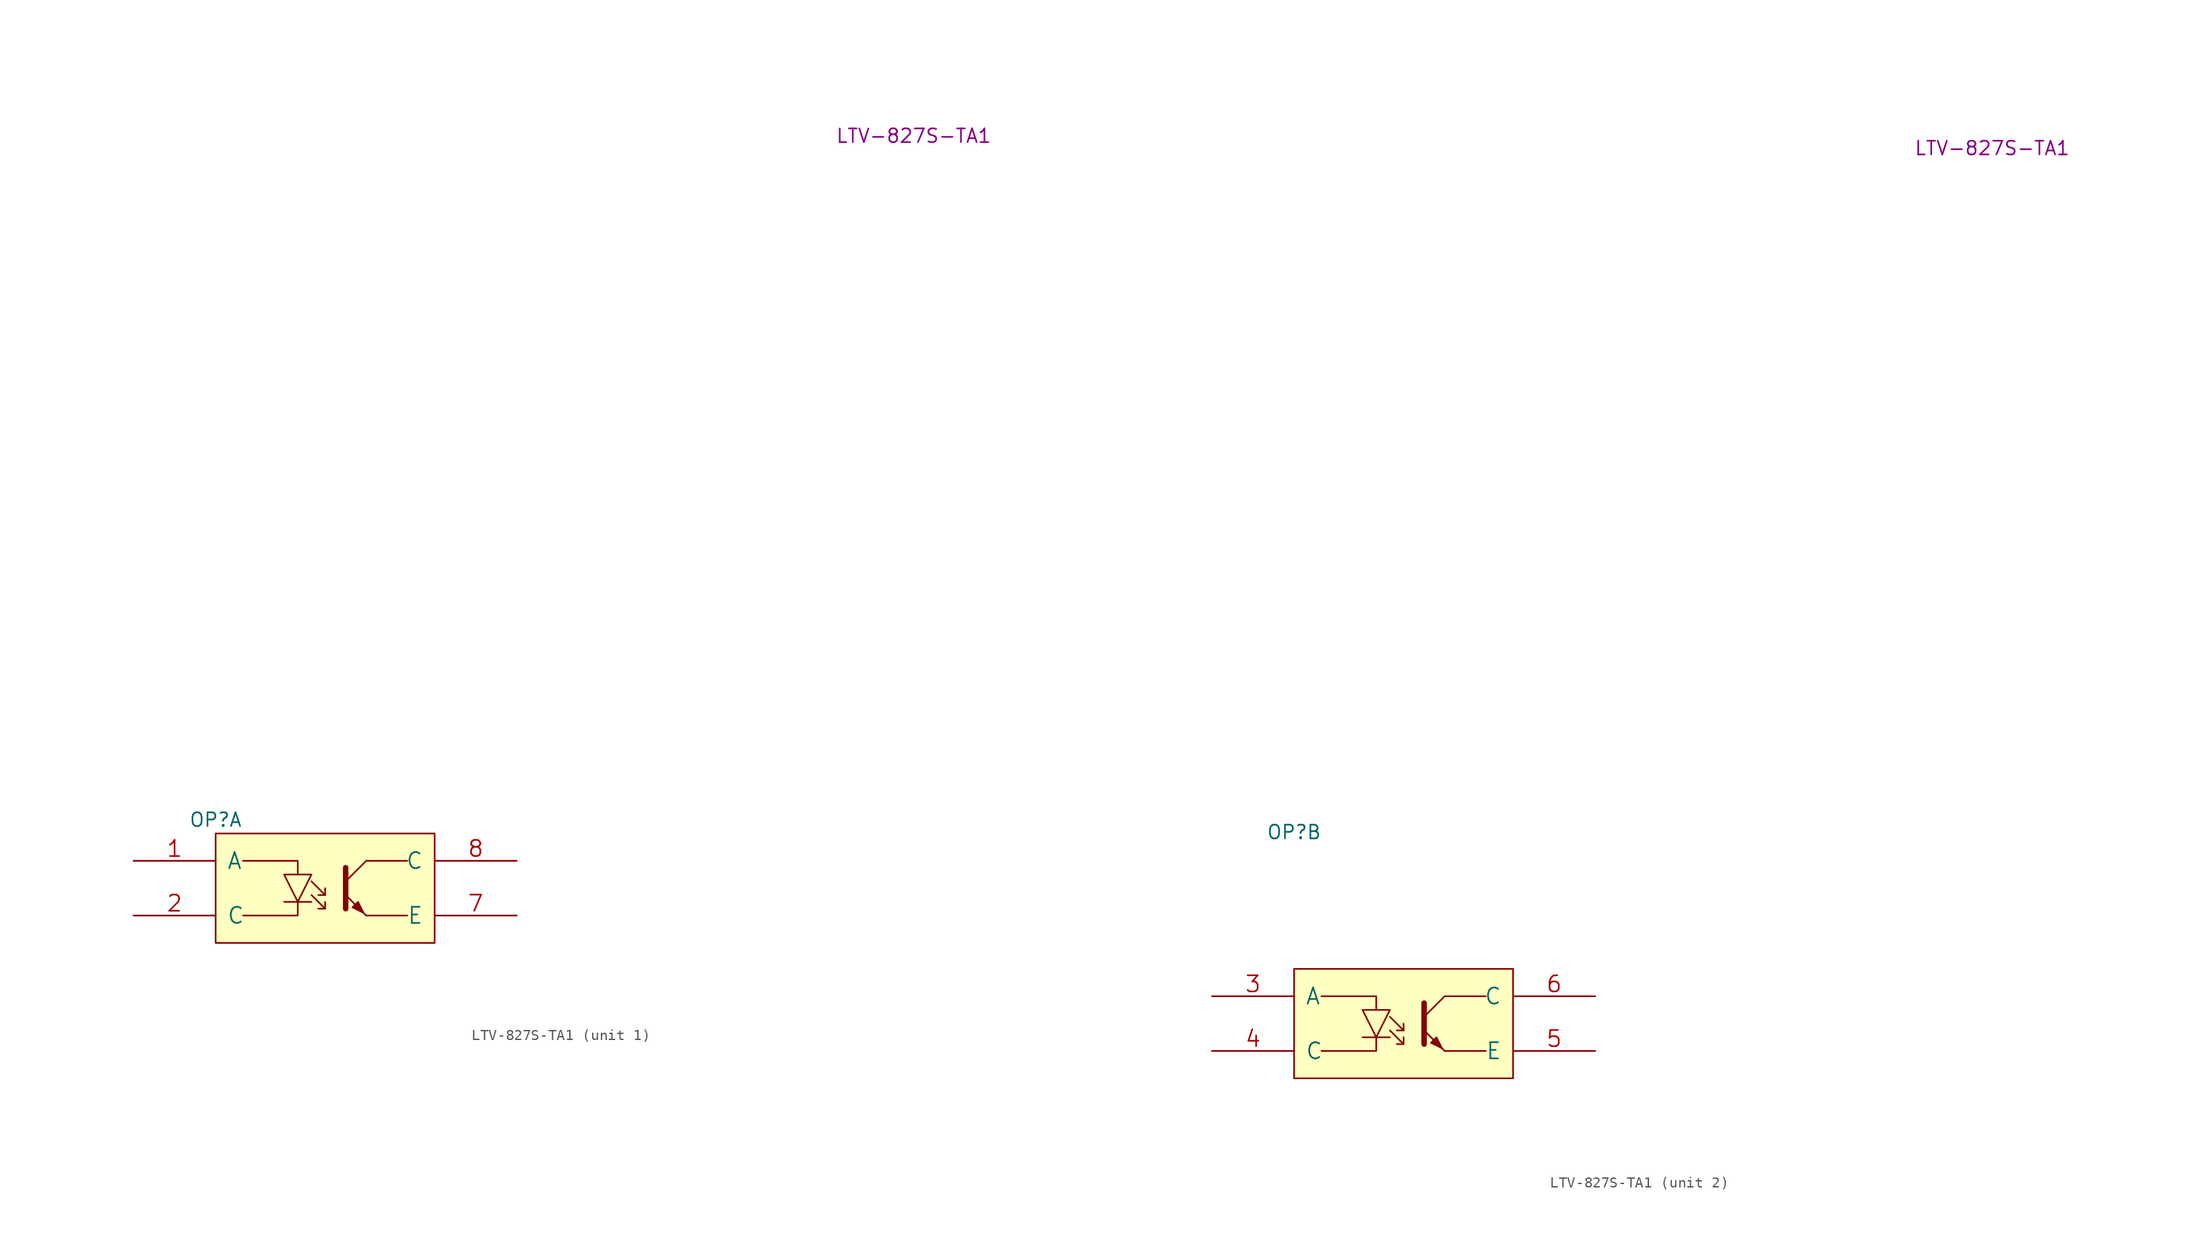
<source format=kicad_sym>
(kicad_symbol_lib
  (version 20211014)
  (generator kicad_symbol_editor)
  (symbol "LTV-827S-TA1"
    (pin_names
      (offset 1.016))
    (property "Reference" "OP"
      (at -6.35 0 0)
      (effects (font (size 1.27 1.27))))
    (property "_Value_" "LTV-827S-TA1"
      (at 58.42 63.5 0)
      (effects (font (size 1.27 1.27))))
    (property "ki_locked" ""
      (at 0 0 0)
      (effects (font (size 1.27 1.27))))
    (symbol "LTV-827S-TA1_1_1"
      (rectangle (start -6.35 -1.27) (end 13.97 -11.43) (stroke (width 0) (type default) (color 0 0 0 0)) (fill (type background)))
      (polyline (pts (xy 0 -7.62) (xy 2.54 -7.62)) (stroke (width 0) (type default) (color 0 0 0 0)) (fill (type none)))
      (polyline (pts (xy 2.54 -5.715) (xy 3.81 -6.985)) (stroke (width 0) (type default) (color 0 0 0 0)) (fill (type none)))
      (polyline (pts (xy 3.81 -8.255) (xy 3.175 -8.255)) (stroke (width 0) (type default) (color 0 0 0 0)) (fill (type none)))
      (polyline (pts (xy 3.81 -6.985) (xy 3.175 -6.985)) (stroke (width 0) (type default) (color 0 0 0 0)) (fill (type none)))
      (polyline (pts (xy 3.81 -6.985) (xy 3.81 -6.35)) (stroke (width 0) (type default) (color 0 0 0 0)) (fill (type none)))
      (polyline (pts (xy 5.715 -5.715) (xy 7.62 -3.81)) (stroke (width 0) (type default) (color 0 0 0 0)) (fill (type none)))
      (polyline (pts (xy 7.62 -8.89) (xy 11.43 -8.89)) (stroke (width 0) (type default) (color 0 0 0 0)) (fill (type none)))
      (polyline (pts (xy 7.62 -3.81) (xy 11.43 -3.81)) (stroke (width 0) (type default) (color 0 0 0 0)) (fill (type none)))
      (polyline (pts (xy 1.27 -7.62) (xy 1.27 -8.89) (xy -3.81 -8.89)) (stroke (width 0) (type default) (color 0 0 0 0)) (fill (type none)))
      (polyline (pts (xy 1.27 -5.08) (xy 1.27 -3.81) (xy -3.81 -3.81)) (stroke (width 0) (type default) (color 0 0 0 0)) (fill (type none)))
      (polyline (pts (xy 2.54 -6.985) (xy 3.81 -8.255) (xy 3.81 -7.62)) (stroke (width 0) (type default) (color 0 0 0 0)) (fill (type none)))
      (polyline (pts (xy 5.715 -6.985) (xy 7.62 -8.89) (xy 7.62 -8.89)) (stroke (width 0) (type default) (color 0 0 0 0)) (fill (type none)))
      (polyline (pts (xy 5.715 -4.445) (xy 5.715 -8.255) (xy 5.715 -8.255)) (stroke (width 0.508) (type default) (color 0 0 0 0)) (fill (type none)))
      (polyline (pts (xy 2.54 -5.08) (xy 0 -5.08) (xy 1.27 -7.62) (xy 2.54 -5.08)) (stroke (width 0) (type default) (color 0 0 0 0)) (fill (type none)))
      (polyline (pts (xy 6.35 -8.128) (xy 6.858 -7.62) (xy 7.366 -8.636) (xy 6.35 -8.128) (xy 6.35 -8.128)) (stroke (width 0) (type default) (color 0 0 0 0)) (fill (type outline)))
      (pin input line (at -13.97 -3.81 0) (length 7.62) (name "A" (effects (font (size 1.499 1.499)))) (number "1" (effects (font (size 1.499 1.499)))))
      (pin output line (at -13.97 -8.89 0) (length 7.62) (name "C" (effects (font (size 1.499 1.499)))) (number "2" (effects (font (size 1.499 1.499)))))
      (pin open_emitter line (at 21.59 -8.89 180) (length 7.62) (name "E" (effects (font (size 1.499 1.499)))) (number "7" (effects (font (size 1.499 1.499)))))
      (pin open_collector line (at 21.59 -3.81 180) (length 7.62) (name "C" (effects (font (size 1.499 1.499)))) (number "8" (effects (font (size 1.499 1.499))))))
    (symbol "LTV-827S-TA1_2_1"
      (rectangle (start -6.35 -12.7) (end 13.97 -22.86) (stroke (width 0) (type default) (color 0 0 0 0)) (fill (type background)))
      (polyline (pts (xy 0 -19.05) (xy 2.54 -19.05)) (stroke (width 0) (type default) (color 0 0 0 0)) (fill (type none)))
      (polyline (pts (xy 2.54 -17.145) (xy 3.81 -18.415)) (stroke (width 0) (type default) (color 0 0 0 0)) (fill (type none)))
      (polyline (pts (xy 3.81 -19.685) (xy 3.175 -19.685)) (stroke (width 0) (type default) (color 0 0 0 0)) (fill (type none)))
      (polyline (pts (xy 3.81 -18.415) (xy 3.175 -18.415)) (stroke (width 0) (type default) (color 0 0 0 0)) (fill (type none)))
      (polyline (pts (xy 3.81 -18.415) (xy 3.81 -17.78)) (stroke (width 0) (type default) (color 0 0 0 0)) (fill (type none)))
      (polyline (pts (xy 5.715 -17.145) (xy 7.62 -15.24)) (stroke (width 0) (type default) (color 0 0 0 0)) (fill (type none)))
      (polyline (pts (xy 7.62 -20.32) (xy 11.43 -20.32)) (stroke (width 0) (type default) (color 0 0 0 0)) (fill (type none)))
      (polyline (pts (xy 7.62 -15.24) (xy 11.43 -15.24)) (stroke (width 0) (type default) (color 0 0 0 0)) (fill (type none)))
      (polyline (pts (xy 1.27 -19.05) (xy 1.27 -20.32) (xy -3.81 -20.32)) (stroke (width 0) (type default) (color 0 0 0 0)) (fill (type none)))
      (polyline (pts (xy 1.27 -16.51) (xy 1.27 -15.24) (xy -3.81 -15.24)) (stroke (width 0) (type default) (color 0 0 0 0)) (fill (type none)))
      (polyline (pts (xy 2.54 -18.415) (xy 3.81 -19.685) (xy 3.81 -19.05)) (stroke (width 0) (type default) (color 0 0 0 0)) (fill (type none)))
      (polyline (pts (xy 5.715 -18.415) (xy 7.62 -20.32) (xy 7.62 -20.32)) (stroke (width 0) (type default) (color 0 0 0 0)) (fill (type none)))
      (polyline (pts (xy 5.715 -15.875) (xy 5.715 -19.685) (xy 5.715 -19.685)) (stroke (width 0.508) (type default) (color 0 0 0 0)) (fill (type none)))
      (polyline (pts (xy 2.54 -16.51) (xy 0 -16.51) (xy 1.27 -19.05) (xy 2.54 -16.51)) (stroke (width 0) (type default) (color 0 0 0 0)) (fill (type none)))
      (polyline (pts (xy 6.35 -19.558) (xy 6.858 -19.05) (xy 7.366 -20.066) (xy 6.35 -19.558) (xy 6.35 -19.558)) (stroke (width 0) (type default) (color 0 0 0 0)) (fill (type outline)))
      (pin input line (at -13.97 -15.24 0) (length 7.62) (name "A" (effects (font (size 1.499 1.499)))) (number "3" (effects (font (size 1.499 1.499)))))
      (pin output line (at -13.97 -20.32 0) (length 7.62) (name "C" (effects (font (size 1.499 1.499)))) (number "4" (effects (font (size 1.499 1.499)))))
      (pin open_emitter line (at 21.59 -20.32 180) (length 7.62) (name "E" (effects (font (size 1.499 1.499)))) (number "5" (effects (font (size 1.499 1.499)))))
      (pin open_collector line (at 21.59 -15.24 180) (length 7.62) (name "C" (effects (font (size 1.499 1.499)))) (number "6" (effects (font (size 1.499 1.499))))))))
</source>
